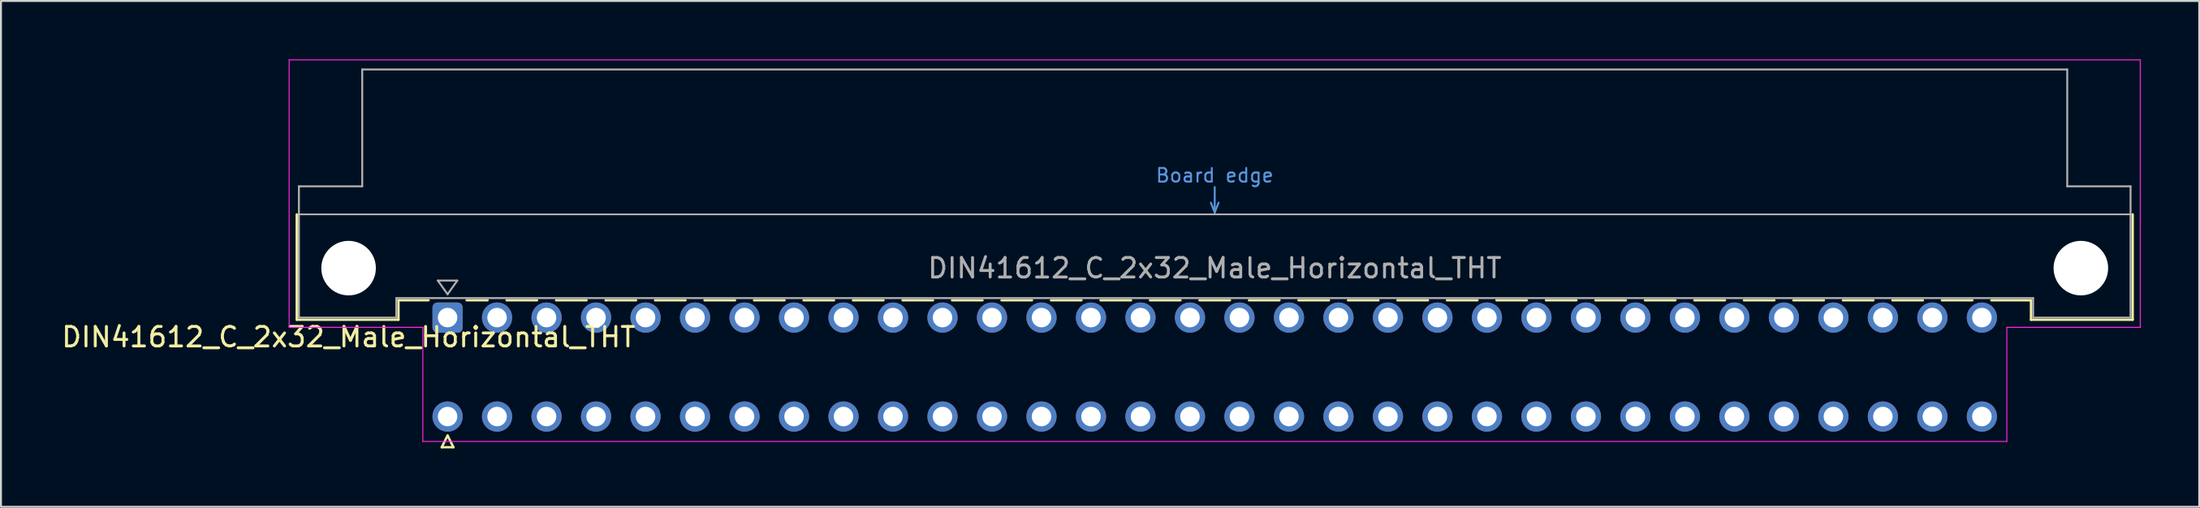
<source format=kicad_pcb>
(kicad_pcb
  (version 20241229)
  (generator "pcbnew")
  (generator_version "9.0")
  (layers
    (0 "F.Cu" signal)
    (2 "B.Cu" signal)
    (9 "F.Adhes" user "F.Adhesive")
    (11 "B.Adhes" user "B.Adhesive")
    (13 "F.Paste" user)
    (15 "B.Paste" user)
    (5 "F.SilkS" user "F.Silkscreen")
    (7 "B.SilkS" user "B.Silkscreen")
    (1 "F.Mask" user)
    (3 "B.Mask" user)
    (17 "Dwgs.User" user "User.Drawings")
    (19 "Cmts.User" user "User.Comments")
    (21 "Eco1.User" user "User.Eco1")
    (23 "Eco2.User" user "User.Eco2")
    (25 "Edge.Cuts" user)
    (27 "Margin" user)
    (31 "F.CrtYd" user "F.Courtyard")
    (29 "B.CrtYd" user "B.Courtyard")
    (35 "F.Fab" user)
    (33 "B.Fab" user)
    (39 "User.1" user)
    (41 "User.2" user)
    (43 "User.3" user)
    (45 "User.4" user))
  (footprint "DIN41612_C_2x32_Male_Horizontal_THT"
    (layer "F.Cu")
    (at 19.919 13.255)
    (property "Reference" "DIN41612_C_2x32_Male_Horizontal_THT" (at -5.08 1 0) (layer "F.SilkS") (effects (font (size 1 1) (thickness 0.15))))
    (attr through_hole)
    (fp_line (start -7.74 -5.3) (end -7.74 0.11) (stroke (width 0.12) (type solid)) (layer "F.SilkS"))
    (fp_line (start -7.74 0.11) (end -2.52 0.11) (stroke (width 0.12) (type solid)) (layer "F.SilkS"))
    (fp_line (start -2.521 -0.89) (end -0.976 -0.89) (stroke (width 0.12) (type solid)) (layer "F.SilkS"))
    (fp_line (start -2.52 0.11) (end -2.52 -0.89) (stroke (width 0.12) (type solid)) (layer "F.SilkS"))
    (fp_line (start -0.3 6.655) (end 0.3 6.655) (stroke (width 0.12) (type solid)) (layer "F.SilkS"))
    (fp_line (start 0 6.055) (end -0.3 6.655) (stroke (width 0.12) (type solid)) (layer "F.SilkS"))
    (fp_line (start 0.3 6.655) (end 0 6.055) (stroke (width 0.12) (type solid)) (layer "F.SilkS"))
    (fp_line (start 0.976 -0.89) (end 2.053 -0.89) (stroke (width 0.12) (type solid)) (layer "F.SilkS"))
    (fp_line (start 3.028 -0.89) (end 4.593 -0.89) (stroke (width 0.12) (type solid)) (layer "F.SilkS"))
    (fp_line (start 5.568 -0.89) (end 7.133 -0.89) (stroke (width 0.12) (type solid)) (layer "F.SilkS"))
    (fp_line (start 8.108 -0.89) (end 9.673 -0.89) (stroke (width 0.12) (type solid)) (layer "F.SilkS"))
    (fp_line (start 10.648 -0.89) (end 12.213 -0.89) (stroke (width 0.12) (type solid)) (layer "F.SilkS"))
    (fp_line (start 13.188 -0.89) (end 14.753 -0.89) (stroke (width 0.12) (type solid)) (layer "F.SilkS"))
    (fp_line (start 15.728 -0.89) (end 17.293 -0.89) (stroke (width 0.12) (type solid)) (layer "F.SilkS"))
    (fp_line (start 18.268 -0.89) (end 19.833 -0.89) (stroke (width 0.12) (type solid)) (layer "F.SilkS"))
    (fp_line (start 20.808 -0.89) (end 22.373 -0.89) (stroke (width 0.12) (type solid)) (layer "F.SilkS"))
    (fp_line (start 23.348 -0.89) (end 24.913 -0.89) (stroke (width 0.12) (type solid)) (layer "F.SilkS"))
    (fp_line (start 25.888 -0.89) (end 27.453 -0.89) (stroke (width 0.12) (type solid)) (layer "F.SilkS"))
    (fp_line (start 28.428 -0.89) (end 29.993 -0.89) (stroke (width 0.12) (type solid)) (layer "F.SilkS"))
    (fp_line (start 30.968 -0.89) (end 32.533 -0.89) (stroke (width 0.12) (type solid)) (layer "F.SilkS"))
    (fp_line (start 33.508 -0.89) (end 35.073 -0.89) (stroke (width 0.12) (type solid)) (layer "F.SilkS"))
    (fp_line (start 36.048 -0.89) (end 37.613 -0.89) (stroke (width 0.12) (type solid)) (layer "F.SilkS"))
    (fp_line (start 38.588 -0.89) (end 40.153 -0.89) (stroke (width 0.12) (type solid)) (layer "F.SilkS"))
    (fp_line (start 41.128 -0.89) (end 42.693 -0.89) (stroke (width 0.12) (type solid)) (layer "F.SilkS"))
    (fp_line (start 43.668 -0.89) (end 45.233 -0.89) (stroke (width 0.12) (type solid)) (layer "F.SilkS"))
    (fp_line (start 46.208 -0.89) (end 47.773 -0.89) (stroke (width 0.12) (type solid)) (layer "F.SilkS"))
    (fp_line (start 48.748 -0.89) (end 50.313 -0.89) (stroke (width 0.12) (type solid)) (layer "F.SilkS"))
    (fp_line (start 51.288 -0.89) (end 52.853 -0.89) (stroke (width 0.12) (type solid)) (layer "F.SilkS"))
    (fp_line (start 53.828 -0.89) (end 55.393 -0.89) (stroke (width 0.12) (type solid)) (layer "F.SilkS"))
    (fp_line (start 56.368 -0.89) (end 57.933 -0.89) (stroke (width 0.12) (type solid)) (layer "F.SilkS"))
    (fp_line (start 58.908 -0.89) (end 60.473 -0.89) (stroke (width 0.12) (type solid)) (layer "F.SilkS"))
    (fp_line (start 61.448 -0.89) (end 63.013 -0.89) (stroke (width 0.12) (type solid)) (layer "F.SilkS"))
    (fp_line (start 63.988 -0.89) (end 65.553 -0.89) (stroke (width 0.12) (type solid)) (layer "F.SilkS"))
    (fp_line (start 66.528 -0.89) (end 68.093 -0.89) (stroke (width 0.12) (type solid)) (layer "F.SilkS"))
    (fp_line (start 69.068 -0.89) (end 70.633 -0.89) (stroke (width 0.12) (type solid)) (layer "F.SilkS"))
    (fp_line (start 71.608 -0.89) (end 73.173 -0.89) (stroke (width 0.12) (type solid)) (layer "F.SilkS"))
    (fp_line (start 74.148 -0.89) (end 75.713 -0.89) (stroke (width 0.12) (type solid)) (layer "F.SilkS"))
    (fp_line (start 76.688 -0.89) (end 78.253 -0.89) (stroke (width 0.12) (type solid)) (layer "F.SilkS"))
    (fp_line (start 79.228 -0.89) (end 81.26 -0.89) (stroke (width 0.12) (type solid)) (layer "F.SilkS"))
    (fp_line (start 81.26 0.11) (end 81.26 -0.89) (stroke (width 0.12) (type solid)) (layer "F.SilkS"))
    (fp_line (start 86.48 -5.3) (end 86.48 0.11) (stroke (width 0.12) (type solid)) (layer "F.SilkS"))
    (fp_line (start 86.48 0.11) (end 81.26 0.11) (stroke (width 0.12) (type solid)) (layer "F.SilkS"))
    (fp_line (start -7.63 -5.3) (end 86.37 -5.3) (stroke (width 0.08) (type solid)) (layer "Dwgs.User"))
    (fp_line (start 39.17 -5.9) (end 39.37 -5.4) (stroke (width 0.1) (type solid)) (layer "Cmts.User"))
    (fp_line (start 39.37 -5.4) (end 39.37 -6.7) (stroke (width 0.1) (type solid)) (layer "Cmts.User"))
    (fp_line (start 39.37 -5.4) (end 39.57 -5.9) (stroke (width 0.1) (type solid)) (layer "Cmts.User"))
    (fp_line (start -8.13 -13.23) (end -8.13 0.5) (stroke (width 0.05) (type solid)) (layer "F.CrtYd"))
    (fp_line (start -8.13 0.5) (end -1.27 0.5) (stroke (width 0.05) (type solid)) (layer "F.CrtYd"))
    (fp_line (start -1.27 0.5) (end -1.27 6.36) (stroke (width 0.05) (type solid)) (layer "F.CrtYd"))
    (fp_line (start -1.27 6.36) (end 80.02 6.36) (stroke (width 0.05) (type solid)) (layer "F.CrtYd"))
    (fp_line (start 80.02 0.5) (end 86.87 0.5) (stroke (width 0.05) (type solid)) (layer "F.CrtYd"))
    (fp_line (start 80.02 6.36) (end 80.02 0.5) (stroke (width 0.05) (type solid)) (layer "F.CrtYd"))
    (fp_line (start 86.87 -13.23) (end -8.13 -13.23) (stroke (width 0.05) (type solid)) (layer "F.CrtYd"))
    (fp_line (start 86.87 0.5) (end 86.87 -13.23) (stroke (width 0.05) (type solid)) (layer "F.CrtYd"))
    (fp_line (start -7.63 -6.74) (end -7.63 0) (stroke (width 0.1) (type solid)) (layer "F.Fab"))
    (fp_line (start -7.63 0) (end -2.63 0) (stroke (width 0.1) (type solid)) (layer "F.Fab"))
    (fp_line (start -4.38 -12.74) (end -4.38 -6.74) (stroke (width 0.1) (type solid)) (layer "F.Fab"))
    (fp_line (start -4.38 -6.74) (end -7.63 -6.74) (stroke (width 0.1) (type solid)) (layer "F.Fab"))
    (fp_line (start -2.63 -1) (end 81.37 -1) (stroke (width 0.1) (type solid)) (layer "F.Fab"))
    (fp_line (start -2.63 0) (end -2.63 -1) (stroke (width 0.1) (type solid)) (layer "F.Fab"))
    (fp_line (start -0.5 -1.9) (end 0.5 -1.9) (stroke (width 0.1) (type solid)) (layer "F.Fab"))
    (fp_line (start 0 -1.2) (end -0.5 -1.9) (stroke (width 0.1) (type solid)) (layer "F.Fab"))
    (fp_line (start 0.5 -1.9) (end 0 -1.2) (stroke (width 0.1) (type solid)) (layer "F.Fab"))
    (fp_line (start 81.37 -1) (end 81.37 0) (stroke (width 0.1) (type solid)) (layer "F.Fab"))
    (fp_line (start 81.37 0) (end 86.37 0) (stroke (width 0.1) (type solid)) (layer "F.Fab"))
    (fp_line (start 83.12 -12.74) (end -4.38 -12.74) (stroke (width 0.1) (type solid)) (layer "F.Fab"))
    (fp_line (start 83.12 -6.74) (end 83.12 -12.74) (stroke (width 0.1) (type solid)) (layer "F.Fab"))
    (fp_line (start 86.37 -6.74) (end 83.12 -6.74) (stroke (width 0.1) (type solid)) (layer "F.Fab"))
    (fp_line (start 86.37 0) (end 86.37 -6.74) (stroke (width 0.1) (type solid)) (layer "F.Fab"))
    (fp_text user "Board edge" (at 39.37 -7.3 0) (layer "Cmts.User") (effects (font (size 0.7 0.7) (thickness 0.1))))
    (fp_text user "${REFERENCE}" (at 39.37 -2.54 0) (layer "F.Fab") (effects (font (size 1 1) (thickness 0.15))))
    (pad "" np_thru_hole circle (at -5.08 -2.54) (size 2.8 2.8) (drill 2.8) (layers "*.Cu" "*.Mask"))
    (pad "" np_thru_hole circle (at 83.82 -2.54) (size 2.8 2.8) (drill 2.8) (layers "*.Cu" "*.Mask"))
    (pad "a0" thru_hole roundrect (at 0 0) (size 1.55 1.55) (drill 1) (layers "*.Cu" "*.Mask") (roundrect_rratio 0.161))
    (pad "a1" thru_hole circle (at 2.54 0) (size 1.55 1.55) (drill 1) (layers "*.Cu" "*.Mask"))
    (pad "a2" thru_hole circle (at 5.08 0) (size 1.55 1.55) (drill 1) (layers "*.Cu" "*.Mask"))
    (pad "a3" thru_hole circle (at 7.62 0) (size 1.55 1.55) (drill 1) (layers "*.Cu" "*.Mask"))
    (pad "a4" thru_hole circle (at 10.16 0) (size 1.55 1.55) (drill 1) (layers "*.Cu" "*.Mask"))
    (pad "a5" thru_hole circle (at 12.7 0) (size 1.55 1.55) (drill 1) (layers "*.Cu" "*.Mask"))
    (pad "a6" thru_hole circle (at 15.24 0) (size 1.55 1.55) (drill 1) (layers "*.Cu" "*.Mask"))
    (pad "a7" thru_hole circle (at 17.78 0) (size 1.55 1.55) (drill 1) (layers "*.Cu" "*.Mask"))
    (pad "a8" thru_hole circle (at 20.32 0) (size 1.55 1.55) (drill 1) (layers "*.Cu" "*.Mask"))
    (pad "a9" thru_hole circle (at 22.86 0) (size 1.55 1.55) (drill 1) (layers "*.Cu" "*.Mask"))
    (pad "a10" thru_hole circle (at 25.4 0) (size 1.55 1.55) (drill 1) (layers "*.Cu" "*.Mask"))
    (pad "a11" thru_hole circle (at 27.94 0) (size 1.55 1.55) (drill 1) (layers "*.Cu" "*.Mask"))
    (pad "a12" thru_hole circle (at 30.48 0) (size 1.55 1.55) (drill 1) (layers "*.Cu" "*.Mask"))
    (pad "a13" thru_hole circle (at 33.02 0) (size 1.55 1.55) (drill 1) (layers "*.Cu" "*.Mask"))
    (pad "a14" thru_hole circle (at 35.56 0) (size 1.55 1.55) (drill 1) (layers "*.Cu" "*.Mask"))
    (pad "a15" thru_hole circle (at 38.1 0) (size 1.55 1.55) (drill 1) (layers "*.Cu" "*.Mask"))
    (pad "a16" thru_hole circle (at 40.64 0) (size 1.55 1.55) (drill 1) (layers "*.Cu" "*.Mask"))
    (pad "a17" thru_hole circle (at 43.18 0) (size 1.55 1.55) (drill 1) (layers "*.Cu" "*.Mask"))
    (pad "a18" thru_hole circle (at 45.72 0) (size 1.55 1.55) (drill 1) (layers "*.Cu" "*.Mask"))
    (pad "a19" thru_hole circle (at 48.26 0) (size 1.55 1.55) (drill 1) (layers "*.Cu" "*.Mask"))
    (pad "a20" thru_hole circle (at 50.8 0) (size 1.55 1.55) (drill 1) (layers "*.Cu" "*.Mask"))
    (pad "a21" thru_hole circle (at 53.34 0) (size 1.55 1.55) (drill 1) (layers "*.Cu" "*.Mask"))
    (pad "a22" thru_hole circle (at 55.88 0) (size 1.55 1.55) (drill 1) (layers "*.Cu" "*.Mask"))
    (pad "a23" thru_hole circle (at 58.42 0) (size 1.55 1.55) (drill 1) (layers "*.Cu" "*.Mask"))
    (pad "a24" thru_hole circle (at 60.96 0) (size 1.55 1.55) (drill 1) (layers "*.Cu" "*.Mask"))
    (pad "a25" thru_hole circle (at 63.5 0) (size 1.55 1.55) (drill 1) (layers "*.Cu" "*.Mask"))
    (pad "a26" thru_hole circle (at 66.04 0) (size 1.55 1.55) (drill 1) (layers "*.Cu" "*.Mask"))
    (pad "a27" thru_hole circle (at 68.58 0) (size 1.55 1.55) (drill 1) (layers "*.Cu" "*.Mask"))
    (pad "a28" thru_hole circle (at 71.12 0) (size 1.55 1.55) (drill 1) (layers "*.Cu" "*.Mask"))
    (pad "a29" thru_hole circle (at 73.66 0) (size 1.55 1.55) (drill 1) (layers "*.Cu" "*.Mask"))
    (pad "a30" thru_hole circle (at 76.2 0) (size 1.55 1.55) (drill 1) (layers "*.Cu" "*.Mask"))
    (pad "a31" thru_hole circle (at 78.74 0) (size 1.55 1.55) (drill 1) (layers "*.Cu" "*.Mask"))
    (pad "c0" thru_hole circle (at 0 5.08) (size 1.55 1.55) (drill 1) (layers "*.Cu" "*.Mask"))
    (pad "c1" thru_hole circle (at 2.54 5.08) (size 1.55 1.55) (drill 1) (layers "*.Cu" "*.Mask"))
    (pad "c2" thru_hole circle (at 5.08 5.08) (size 1.55 1.55) (drill 1) (layers "*.Cu" "*.Mask"))
    (pad "c3" thru_hole circle (at 7.62 5.08) (size 1.55 1.55) (drill 1) (layers "*.Cu" "*.Mask"))
    (pad "c4" thru_hole circle (at 10.16 5.08) (size 1.55 1.55) (drill 1) (layers "*.Cu" "*.Mask"))
    (pad "c5" thru_hole circle (at 12.7 5.08) (size 1.55 1.55) (drill 1) (layers "*.Cu" "*.Mask"))
    (pad "c6" thru_hole circle (at 15.24 5.08) (size 1.55 1.55) (drill 1) (layers "*.Cu" "*.Mask"))
    (pad "c7" thru_hole circle (at 17.78 5.08) (size 1.55 1.55) (drill 1) (layers "*.Cu" "*.Mask"))
    (pad "c8" thru_hole circle (at 20.32 5.08) (size 1.55 1.55) (drill 1) (layers "*.Cu" "*.Mask"))
    (pad "c9" thru_hole circle (at 22.86 5.08) (size 1.55 1.55) (drill 1) (layers "*.Cu" "*.Mask"))
    (pad "c10" thru_hole circle (at 25.4 5.08) (size 1.55 1.55) (drill 1) (layers "*.Cu" "*.Mask"))
    (pad "c11" thru_hole circle (at 27.94 5.08) (size 1.55 1.55) (drill 1) (layers "*.Cu" "*.Mask"))
    (pad "c12" thru_hole circle (at 30.48 5.08) (size 1.55 1.55) (drill 1) (layers "*.Cu" "*.Mask"))
    (pad "c13" thru_hole circle (at 33.02 5.08) (size 1.55 1.55) (drill 1) (layers "*.Cu" "*.Mask"))
    (pad "c14" thru_hole circle (at 35.56 5.08) (size 1.55 1.55) (drill 1) (layers "*.Cu" "*.Mask"))
    (pad "c15" thru_hole circle (at 38.1 5.08) (size 1.55 1.55) (drill 1) (layers "*.Cu" "*.Mask"))
    (pad "c16" thru_hole circle (at 40.64 5.08) (size 1.55 1.55) (drill 1) (layers "*.Cu" "*.Mask"))
    (pad "c17" thru_hole circle (at 43.18 5.08) (size 1.55 1.55) (drill 1) (layers "*.Cu" "*.Mask"))
    (pad "c18" thru_hole circle (at 45.72 5.08) (size 1.55 1.55) (drill 1) (layers "*.Cu" "*.Mask"))
    (pad "c19" thru_hole circle (at 48.26 5.08) (size 1.55 1.55) (drill 1) (layers "*.Cu" "*.Mask"))
    (pad "c20" thru_hole circle (at 50.8 5.08) (size 1.55 1.55) (drill 1) (layers "*.Cu" "*.Mask"))
    (pad "c21" thru_hole circle (at 53.34 5.08) (size 1.55 1.55) (drill 1) (layers "*.Cu" "*.Mask"))
    (pad "c22" thru_hole circle (at 55.88 5.08) (size 1.55 1.55) (drill 1) (layers "*.Cu" "*.Mask"))
    (pad "c23" thru_hole circle (at 58.42 5.08) (size 1.55 1.55) (drill 1) (layers "*.Cu" "*.Mask"))
    (pad "c24" thru_hole circle (at 60.96 5.08) (size 1.55 1.55) (drill 1) (layers "*.Cu" "*.Mask"))
    (pad "c25" thru_hole circle (at 63.5 5.08) (size 1.55 1.55) (drill 1) (layers "*.Cu" "*.Mask"))
    (pad "c26" thru_hole circle (at 66.04 5.08) (size 1.55 1.55) (drill 1) (layers "*.Cu" "*.Mask"))
    (pad "c27" thru_hole circle (at 68.58 5.08) (size 1.55 1.55) (drill 1) (layers "*.Cu" "*.Mask"))
    (pad "c28" thru_hole circle (at 71.12 5.08) (size 1.55 1.55) (drill 1) (layers "*.Cu" "*.Mask"))
    (pad "c29" thru_hole circle (at 73.66 5.08) (size 1.55 1.55) (drill 1) (layers "*.Cu" "*.Mask"))
    (pad "c30" thru_hole circle (at 76.2 5.08) (size 1.55 1.55) (drill 1) (layers "*.Cu" "*.Mask"))
    (pad "c31" thru_hole circle (at 78.74 5.08) (size 1.55 1.55) (drill 1) (layers "*.Cu" "*.Mask")))
  (gr_rect
    (start -3 -3)
    (end 109.814 22.97)
    (stroke (width 0.1) (type default))
    (fill no)
    (layer "Edge.Cuts")))
</source>
